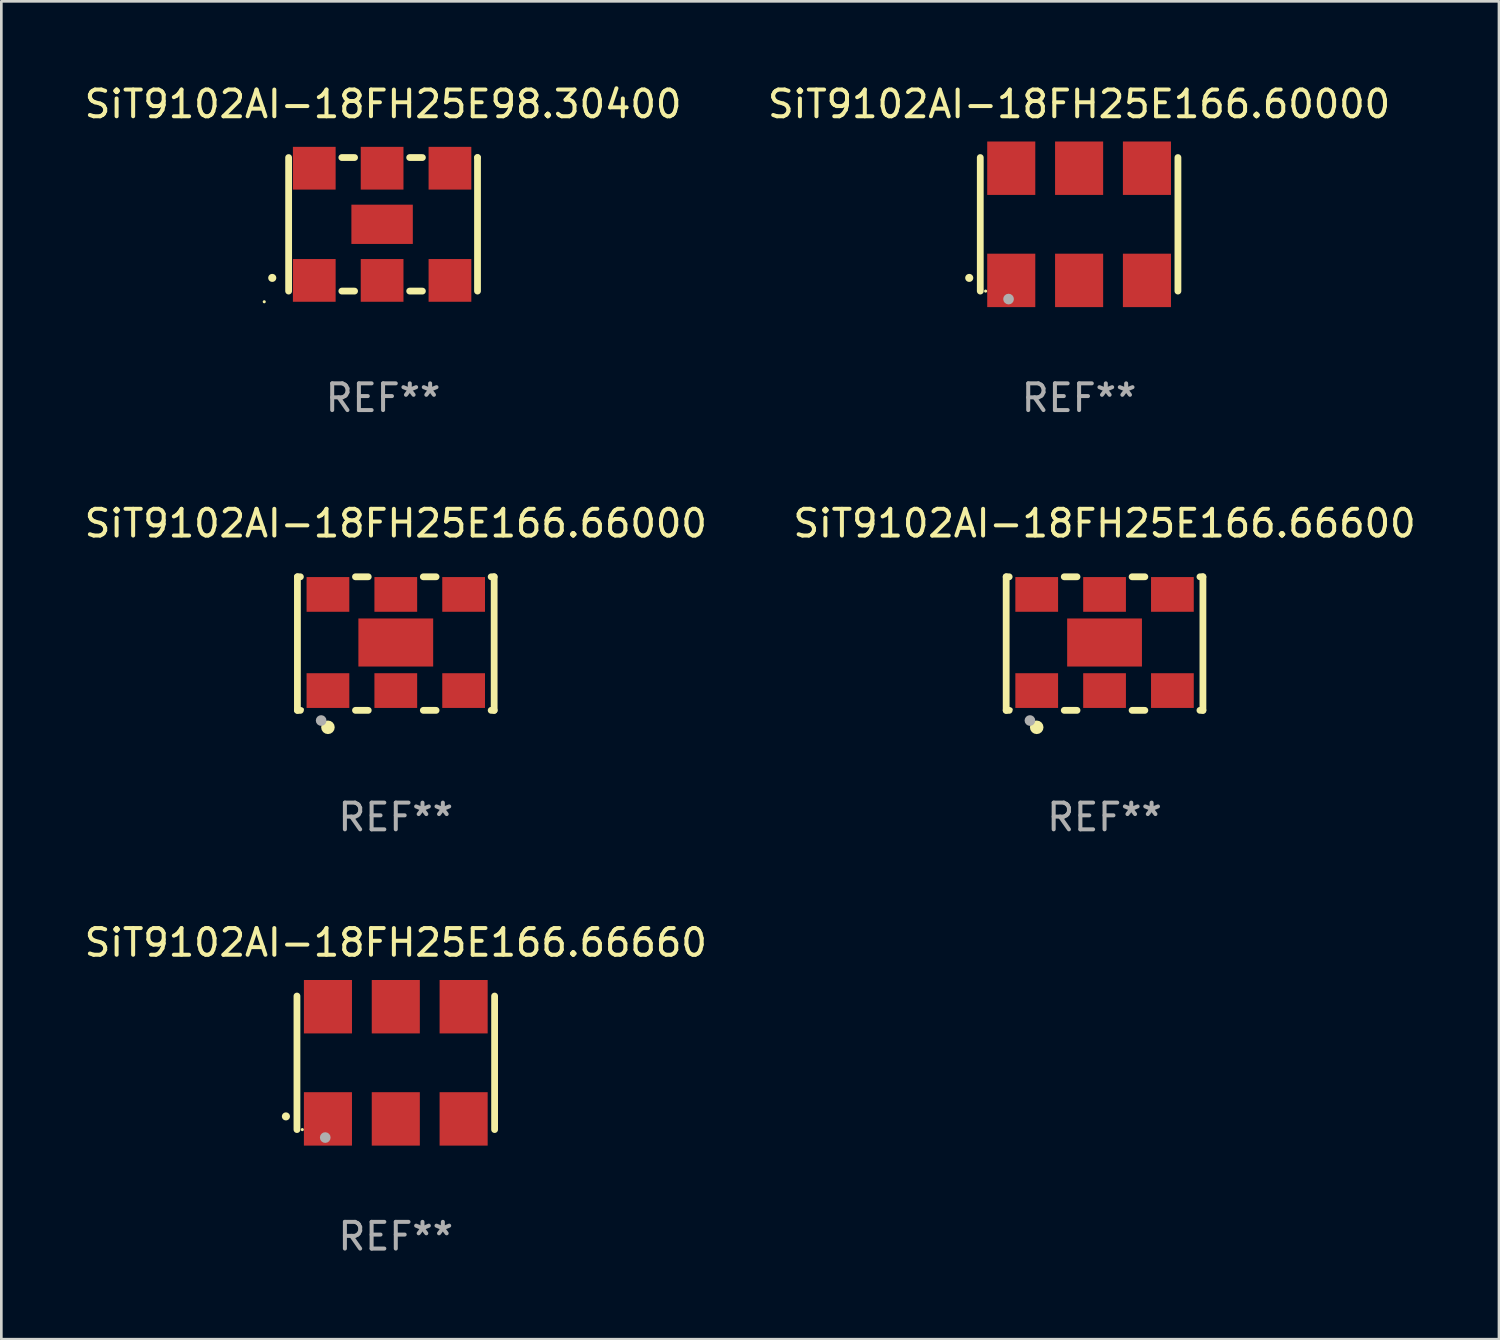
<source format=kicad_pcb>
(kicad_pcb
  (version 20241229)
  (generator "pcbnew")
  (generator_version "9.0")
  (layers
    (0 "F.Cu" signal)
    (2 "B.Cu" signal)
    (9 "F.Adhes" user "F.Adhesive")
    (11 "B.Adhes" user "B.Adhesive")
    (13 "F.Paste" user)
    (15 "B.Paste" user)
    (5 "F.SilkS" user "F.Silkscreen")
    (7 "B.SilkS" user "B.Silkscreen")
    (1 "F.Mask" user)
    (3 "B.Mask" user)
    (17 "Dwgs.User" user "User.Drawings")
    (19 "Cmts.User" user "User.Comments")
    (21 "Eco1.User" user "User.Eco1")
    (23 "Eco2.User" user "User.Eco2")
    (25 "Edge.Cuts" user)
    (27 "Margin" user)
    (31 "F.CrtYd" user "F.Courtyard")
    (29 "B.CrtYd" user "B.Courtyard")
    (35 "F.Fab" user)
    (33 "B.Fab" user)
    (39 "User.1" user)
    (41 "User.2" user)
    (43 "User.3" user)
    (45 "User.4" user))
  (footprint "SiT9102AI-18FH25E166.66600"
    (layer "F.Cu")
    (at 38.304 21.045)
    (property "Reference" "SiT9102AI-18FH25E166.66600" (at 0 -4.5 0) (layer "F.SilkS") (effects (font (size 1 1) (thickness 0.15))))
    (attr through_hole)
    (fp_line (start -3.683 -2.5) (end -3.571 -2.5) (stroke (width 0.254) (type solid)) (layer "F.SilkS"))
    (fp_line (start -3.683 2.5) (end -3.683 -2.5) (stroke (width 0.254) (type solid)) (layer "F.SilkS"))
    (fp_line (start -3.683 2.5) (end -3.571 2.5) (stroke (width 0.254) (type solid)) (layer "F.SilkS"))
    (fp_line (start -1.509 -2.5) (end -1.031 -2.5) (stroke (width 0.254) (type solid)) (layer "F.SilkS"))
    (fp_line (start -1.509 2.5) (end -1.031 2.5) (stroke (width 0.254) (type solid)) (layer "F.SilkS"))
    (fp_line (start 1.031 -2.5) (end 1.509 -2.5) (stroke (width 0.254) (type solid)) (layer "F.SilkS"))
    (fp_line (start 1.031 2.5) (end 1.509 2.5) (stroke (width 0.254) (type solid)) (layer "F.SilkS"))
    (fp_line (start 3.571 -2.5) (end 3.683 -2.5) (stroke (width 0.254) (type solid)) (layer "F.SilkS"))
    (fp_line (start 3.571 2.5) (end 3.683 2.5) (stroke (width 0.254) (type solid)) (layer "F.SilkS"))
    (fp_line (start 3.683 2.5) (end 3.683 -2.5) (stroke (width 0.254) (type solid)) (layer "F.SilkS"))
    (fp_circle (center -3.5 2.46) (end -3.47 2.46) (stroke (width 0.06) (type solid)) (fill no) (layer "F.SilkS"))
    (fp_circle (center -2.54 3.135) (end -2.413 3.135) (stroke (width 0.254) (type solid)) (fill no) (layer "F.SilkS"))
    (fp_circle (center -2.794 2.881) (end -2.694 2.881) (stroke (width 0.2) (type solid)) (fill no) (layer "F.Fab"))
    (fp_text user "REF**" (at 0 6.5 0) (layer "F.Fab") (effects (font (size 1 1) (thickness 0.15))))
    (pad "1" smd rect (at -2.54 1.76) (size 1.6 1.3) (layers "F.Cu" "F.Mask" "F.Paste"))
    (pad "2" smd rect (at 0 1.76) (size 1.6 1.3) (layers "F.Cu" "F.Mask" "F.Paste"))
    (pad "3" smd rect (at 2.54 1.76) (size 1.6 1.3) (layers "F.Cu" "F.Mask" "F.Paste"))
    (pad "4" smd rect (at 2.54 -1.84) (size 1.6 1.3) (layers "F.Cu" "F.Mask" "F.Paste"))
    (pad "5" smd rect (at 0 -1.84) (size 1.6 1.3) (layers "F.Cu" "F.Mask" "F.Paste"))
    (pad "6" smd rect (at -2.54 -1.84) (size 1.6 1.3) (layers "F.Cu" "F.Mask" "F.Paste"))
    (pad "7" smd rect (at 0 -0.04) (size 2.8 1.8) (layers "F.Cu" "F.Mask" "F.Paste")))
  (footprint "SiT9102AI-18FH25E98.30400"
    (layer "F.Cu")
    (at 11.292 5.348)
    (property "Reference" "SiT9102AI-18FH25E98.30400" (at 0 -4.5 0) (layer "F.SilkS") (effects (font (size 1 1) (thickness 0.15))))
    (attr through_hole)
    (fp_line (start -3.536 -2.5) (end -3.536 2.5) (stroke (width 0.254) (type solid)) (layer "F.SilkS"))
    (fp_line (start -1.544 2.5) (end -1.067 2.5) (stroke (width 0.254) (type solid)) (layer "F.SilkS"))
    (fp_line (start -1.067 -2.5) (end -1.544 -2.5) (stroke (width 0.254) (type solid)) (layer "F.SilkS"))
    (fp_line (start 0.996 2.5) (end 1.473 2.5) (stroke (width 0.254) (type solid)) (layer "F.SilkS"))
    (fp_line (start 1.473 -2.5) (end 0.996 -2.5) (stroke (width 0.254) (type solid)) (layer "F.SilkS"))
    (fp_line (start 3.536 -2.5) (end 3.536 -2.5) (stroke (width 0.254) (type solid)) (layer "F.SilkS"))
    (fp_line (start 3.536 2.5) (end 3.536 -2.5) (stroke (width 0.254) (type solid)) (layer "F.SilkS"))
    (fp_arc (start -4.150432 2.006604) (mid -4.149162 2.006599) (end -4.147892 2.006604) (stroke (width 0.3) (type solid)) (layer "F.SilkS"))
    (fp_circle (center -4.449 2.9) (end -4.419 2.9) (stroke (width 0.06) (type solid)) (fill no) (layer "F.SilkS"))
    (fp_text user "REF**" (at 0 6.5 0) (layer "F.Fab") (effects (font (size 1 1) (thickness 0.15))))
    (pad "1" smd rect (at -2.576 2.1) (size 1.6 1.6) (layers "F.Cu" "F.Mask" "F.Paste"))
    (pad "2" smd rect (at -0.036 2.1) (size 1.6 1.6) (layers "F.Cu" "F.Mask" "F.Paste"))
    (pad "3" smd rect (at 2.504 2.1) (size 1.6 1.6) (layers "F.Cu" "F.Mask" "F.Paste"))
    (pad "4" smd rect (at 2.504 -2.1) (size 1.6 1.6) (layers "F.Cu" "F.Mask" "F.Paste"))
    (pad "5" smd rect (at -0.036 -2.1) (size 1.6 1.6) (layers "F.Cu" "F.Mask" "F.Paste"))
    (pad "6" smd rect (at -2.576 -2.1) (size 1.6 1.6) (layers "F.Cu" "F.Mask" "F.Paste"))
    (pad "7" smd rect (at -0.036 0) (size 2.3 1.47) (layers "F.Cu" "F.Mask" "F.Paste")))
  (footprint "SiT9102AI-18FH25E166.66000"
    (layer "F.Cu")
    (at 11.768 21.045)
    (property "Reference" "SiT9102AI-18FH25E166.66000" (at 0 -4.5 0) (layer "F.SilkS") (effects (font (size 1 1) (thickness 0.15))))
    (attr through_hole)
    (fp_line (start -3.683 -2.5) (end -3.571 -2.5) (stroke (width 0.254) (type solid)) (layer "F.SilkS"))
    (fp_line (start -3.683 2.5) (end -3.683 -2.5) (stroke (width 0.254) (type solid)) (layer "F.SilkS"))
    (fp_line (start -3.683 2.5) (end -3.571 2.5) (stroke (width 0.254) (type solid)) (layer "F.SilkS"))
    (fp_line (start -1.509 -2.5) (end -1.031 -2.5) (stroke (width 0.254) (type solid)) (layer "F.SilkS"))
    (fp_line (start -1.509 2.5) (end -1.031 2.5) (stroke (width 0.254) (type solid)) (layer "F.SilkS"))
    (fp_line (start 1.031 -2.5) (end 1.509 -2.5) (stroke (width 0.254) (type solid)) (layer "F.SilkS"))
    (fp_line (start 1.031 2.5) (end 1.509 2.5) (stroke (width 0.254) (type solid)) (layer "F.SilkS"))
    (fp_line (start 3.571 -2.5) (end 3.683 -2.5) (stroke (width 0.254) (type solid)) (layer "F.SilkS"))
    (fp_line (start 3.571 2.5) (end 3.683 2.5) (stroke (width 0.254) (type solid)) (layer "F.SilkS"))
    (fp_line (start 3.683 2.5) (end 3.683 -2.5) (stroke (width 0.254) (type solid)) (layer "F.SilkS"))
    (fp_circle (center -3.5 2.46) (end -3.47 2.46) (stroke (width 0.06) (type solid)) (fill no) (layer "F.SilkS"))
    (fp_circle (center -2.54 3.135) (end -2.413 3.135) (stroke (width 0.254) (type solid)) (fill no) (layer "F.SilkS"))
    (fp_circle (center -2.794 2.881) (end -2.694 2.881) (stroke (width 0.2) (type solid)) (fill no) (layer "F.Fab"))
    (fp_text user "REF**" (at 0 6.5 0) (layer "F.Fab") (effects (font (size 1 1) (thickness 0.15))))
    (pad "1" smd rect (at -2.54 1.76) (size 1.6 1.3) (layers "F.Cu" "F.Mask" "F.Paste"))
    (pad "2" smd rect (at 0 1.76) (size 1.6 1.3) (layers "F.Cu" "F.Mask" "F.Paste"))
    (pad "3" smd rect (at 2.54 1.76) (size 1.6 1.3) (layers "F.Cu" "F.Mask" "F.Paste"))
    (pad "4" smd rect (at 2.54 -1.84) (size 1.6 1.3) (layers "F.Cu" "F.Mask" "F.Paste"))
    (pad "5" smd rect (at 0 -1.84) (size 1.6 1.3) (layers "F.Cu" "F.Mask" "F.Paste"))
    (pad "6" smd rect (at -2.54 -1.84) (size 1.6 1.3) (layers "F.Cu" "F.Mask" "F.Paste"))
    (pad "7" smd rect (at 0 -0.04) (size 2.8 1.8) (layers "F.Cu" "F.Mask" "F.Paste")))
  (footprint "SiT9102AI-18FH25E166.66660"
    (layer "F.Cu")
    (at 11.768 36.741)
    (property "Reference" "SiT9102AI-18FH25E166.66660" (at 0 -4.5 0) (layer "F.SilkS") (effects (font (size 1 1) (thickness 0.15))))
    (attr through_hole)
    (fp_line (start -3.7 -2.5) (end -3.7 2.5) (stroke (width 0.254) (type solid)) (layer "F.SilkS"))
    (fp_line (start 3.7 -2.5) (end 3.7 2.5) (stroke (width 0.254) (type solid)) (layer "F.SilkS"))
    (fp_arc (start -4.114415 2.006604) (mid -4.113145 2.006599) (end -4.111875 2.006604) (stroke (width 0.3) (type solid)) (layer "F.SilkS"))
    (fp_circle (center -3.5 2.501) (end -3.47 2.501) (stroke (width 0.06) (type solid)) (fill no) (layer "F.SilkS"))
    (fp_circle (center -2.641 2.799) (end -2.541 2.799) (stroke (width 0.2) (type solid)) (fill no) (layer "F.Fab"))
    (fp_text user "REF**" (at 0 6.5 0) (layer "F.Fab") (effects (font (size 1 1) (thickness 0.15))))
    (pad "1" smd rect (at -2.54 2.1) (size 1.8 2) (layers "F.Cu" "F.Mask" "F.Paste"))
    (pad "2" smd rect (at 0.000394 2.1) (size 1.8 2) (layers "F.Cu" "F.Mask" "F.Paste"))
    (pad "3" smd rect (at 2.54 2.1) (size 1.8 2) (layers "F.Cu" "F.Mask" "F.Paste"))
    (pad "4" smd rect (at 2.54 -2.1) (size 1.8 2) (layers "F.Cu" "F.Mask" "F.Paste"))
    (pad "5" smd rect (at 0.000394 -2.1) (size 1.8 2) (layers "F.Cu" "F.Mask" "F.Paste"))
    (pad "6" smd rect (at -2.54 -2.1) (size 1.8 2) (layers "F.Cu" "F.Mask" "F.Paste")))
  (footprint "SiT9102AI-18FH25E166.60000"
    (layer "F.Cu")
    (at 37.351 5.348)
    (property "Reference" "SiT9102AI-18FH25E166.60000" (at 0 -4.5 0) (layer "F.SilkS") (effects (font (size 1 1) (thickness 0.15))))
    (attr through_hole)
    (fp_line (start -3.7 -2.5) (end -3.7 2.5) (stroke (width 0.254) (type solid)) (layer "F.SilkS"))
    (fp_line (start 3.7 -2.5) (end 3.7 2.5) (stroke (width 0.254) (type solid)) (layer "F.SilkS"))
    (fp_arc (start -4.114415 2.006604) (mid -4.113145 2.006599) (end -4.111875 2.006604) (stroke (width 0.3) (type solid)) (layer "F.SilkS"))
    (fp_circle (center -3.5 2.501) (end -3.47 2.501) (stroke (width 0.06) (type solid)) (fill no) (layer "F.SilkS"))
    (fp_circle (center -2.641 2.799) (end -2.541 2.799) (stroke (width 0.2) (type solid)) (fill no) (layer "F.Fab"))
    (fp_text user "REF**" (at 0 6.5 0) (layer "F.Fab") (effects (font (size 1 1) (thickness 0.15))))
    (pad "1" smd rect (at -2.54 2.1) (size 1.8 2) (layers "F.Cu" "F.Mask" "F.Paste"))
    (pad "2" smd rect (at 0.000394 2.1) (size 1.8 2) (layers "F.Cu" "F.Mask" "F.Paste"))
    (pad "3" smd rect (at 2.54 2.1) (size 1.8 2) (layers "F.Cu" "F.Mask" "F.Paste"))
    (pad "4" smd rect (at 2.54 -2.1) (size 1.8 2) (layers "F.Cu" "F.Mask" "F.Paste"))
    (pad "5" smd rect (at 0.000394 -2.1) (size 1.8 2) (layers "F.Cu" "F.Mask" "F.Paste"))
    (pad "6" smd rect (at -2.54 -2.1) (size 1.8 2) (layers "F.Cu" "F.Mask" "F.Paste")))
  (gr_rect
    (start -3 -3)
    (end 53.071 47.09)
    (stroke (width 0.1) (type default))
    (fill no)
    (layer "Edge.Cuts")))
</source>
